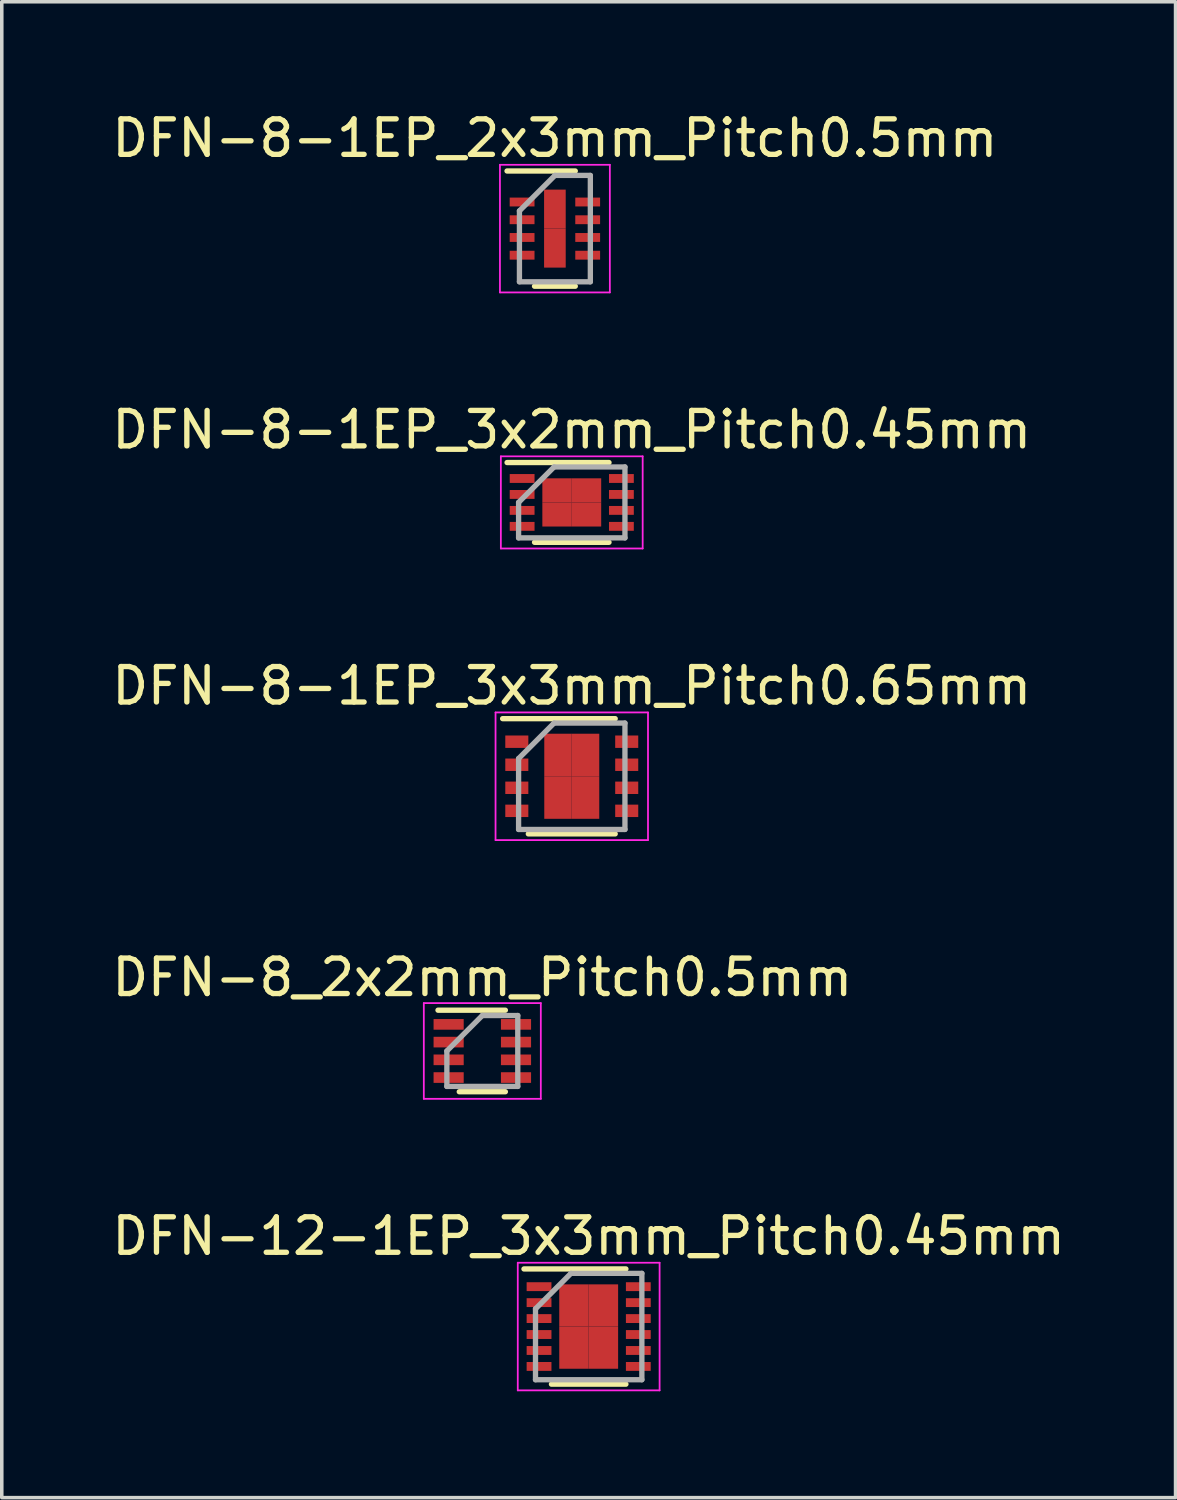
<source format=kicad_pcb>
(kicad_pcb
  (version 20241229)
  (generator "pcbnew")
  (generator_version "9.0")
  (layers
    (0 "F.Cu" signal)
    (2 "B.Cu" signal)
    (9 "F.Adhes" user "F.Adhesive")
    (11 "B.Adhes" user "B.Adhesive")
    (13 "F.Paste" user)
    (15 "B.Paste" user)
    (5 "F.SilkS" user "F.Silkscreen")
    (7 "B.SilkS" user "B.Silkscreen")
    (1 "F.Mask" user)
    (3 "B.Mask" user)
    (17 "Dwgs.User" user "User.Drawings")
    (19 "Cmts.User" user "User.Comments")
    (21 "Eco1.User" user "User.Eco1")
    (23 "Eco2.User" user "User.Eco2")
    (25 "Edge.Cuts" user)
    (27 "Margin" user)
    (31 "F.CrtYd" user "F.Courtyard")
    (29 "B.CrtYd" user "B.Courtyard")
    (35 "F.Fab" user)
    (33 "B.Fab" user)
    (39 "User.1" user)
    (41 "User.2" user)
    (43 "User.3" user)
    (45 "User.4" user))
  (footprint "DFN-8_2x2mm_Pitch0.5mm"
    (layer "F.Cu")
    (at 10.554 26.593)
    (property "Reference" "DFN-8_2x2mm_Pitch0.5mm" (at 0 -2.075 0) (layer "F.SilkS") (effects (font (size 1 1) (thickness 0.15))))
    (attr smd)
    (fp_line (start -1.25 -1.15) (end 0.65 -1.15) (stroke (width 0.15) (type solid)) (layer "F.SilkS"))
    (fp_line (start -0.65 1.15) (end 0.65 1.15) (stroke (width 0.15) (type solid)) (layer "F.SilkS"))
    (fp_line (start -1.65 -1.35) (end -1.65 1.35) (stroke (width 0.05) (type solid)) (layer "F.CrtYd"))
    (fp_line (start -1.65 -1.35) (end 1.65 -1.35) (stroke (width 0.05) (type solid)) (layer "F.CrtYd"))
    (fp_line (start -1.65 1.35) (end 1.65 1.35) (stroke (width 0.05) (type solid)) (layer "F.CrtYd"))
    (fp_line (start 1.65 -1.35) (end 1.65 1.35) (stroke (width 0.05) (type solid)) (layer "F.CrtYd"))
    (fp_line (start -1 0) (end 0 -1) (stroke (width 0.15) (type solid)) (layer "F.Fab"))
    (fp_line (start -1 1) (end -1 0) (stroke (width 0.15) (type solid)) (layer "F.Fab"))
    (fp_line (start 0 -1) (end 1 -1) (stroke (width 0.15) (type solid)) (layer "F.Fab"))
    (fp_line (start 1 -1) (end 1 1) (stroke (width 0.15) (type solid)) (layer "F.Fab"))
    (fp_line (start 1 1) (end -1 1) (stroke (width 0.15) (type solid)) (layer "F.Fab"))
    (pad "1" smd rect (at -0.95 -0.75) (size 0.85 0.3) (layers "F.Cu" "F.Mask" "F.Paste"))
    (pad "2" smd rect (at -0.95 -0.25) (size 0.85 0.3) (layers "F.Cu" "F.Mask" "F.Paste"))
    (pad "3" smd rect (at -0.95 0.25) (size 0.85 0.3) (layers "F.Cu" "F.Mask" "F.Paste"))
    (pad "4" smd rect (at -0.95 0.75) (size 0.85 0.3) (layers "F.Cu" "F.Mask" "F.Paste"))
    (pad "5" smd rect (at 0.95 0.75) (size 0.85 0.3) (layers "F.Cu" "F.Mask" "F.Paste"))
    (pad "6" smd rect (at 0.95 0.25) (size 0.85 0.3) (layers "F.Cu" "F.Mask" "F.Paste"))
    (pad "7" smd rect (at 0.95 -0.25) (size 0.85 0.3) (layers "F.Cu" "F.Mask" "F.Paste"))
    (pad "8" smd rect (at 0.95 -0.75) (size 0.85 0.3) (layers "F.Cu" "F.Mask" "F.Paste")))
  (footprint "DFN-8-1EP_3x2mm_Pitch0.45mm"
    (layer "F.Cu")
    (at 13.077 11.121)
    (property "Reference" "DFN-8-1EP_3x2mm_Pitch0.45mm" (at 0 -2.05 0) (layer "F.SilkS") (effects (font (size 1 1) (thickness 0.15))))
    (attr smd)
    (fp_line (start -1.825 -1.125) (end 1.05 -1.125) (stroke (width 0.15) (type solid)) (layer "F.SilkS"))
    (fp_line (start -1.05 1.125) (end 1.05 1.125) (stroke (width 0.15) (type solid)) (layer "F.SilkS"))
    (fp_line (start -2 -1.3) (end -2 1.3) (stroke (width 0.05) (type solid)) (layer "F.CrtYd"))
    (fp_line (start -2 -1.3) (end 2 -1.3) (stroke (width 0.05) (type solid)) (layer "F.CrtYd"))
    (fp_line (start -2 1.3) (end 2 1.3) (stroke (width 0.05) (type solid)) (layer "F.CrtYd"))
    (fp_line (start 2 -1.3) (end 2 1.3) (stroke (width 0.05) (type solid)) (layer "F.CrtYd"))
    (fp_line (start -1.5 0) (end -0.5 -1) (stroke (width 0.15) (type solid)) (layer "F.Fab"))
    (fp_line (start -1.5 1) (end -1.5 0) (stroke (width 0.15) (type solid)) (layer "F.Fab"))
    (fp_line (start -0.5 -1) (end 1.5 -1) (stroke (width 0.15) (type solid)) (layer "F.Fab"))
    (fp_line (start 1.5 -1) (end 1.5 1) (stroke (width 0.15) (type solid)) (layer "F.Fab"))
    (fp_line (start 1.5 1) (end -1.5 1) (stroke (width 0.15) (type solid)) (layer "F.Fab"))
    (pad "1" smd rect (at -1.4 -0.675) (size 0.7 0.25) (layers "F.Cu" "F.Mask" "F.Paste"))
    (pad "2" smd rect (at -1.4 -0.225) (size 0.7 0.25) (layers "F.Cu" "F.Mask" "F.Paste"))
    (pad "3" smd rect (at -1.4 0.225) (size 0.7 0.25) (layers "F.Cu" "F.Mask" "F.Paste"))
    (pad "4" smd rect (at -1.4 0.675) (size 0.7 0.25) (layers "F.Cu" "F.Mask" "F.Paste"))
    (pad "5" smd rect (at 1.4 0.675) (size 0.7 0.25) (layers "F.Cu" "F.Mask" "F.Paste"))
    (pad "6" smd rect (at 1.4 0.225) (size 0.7 0.25) (layers "F.Cu" "F.Mask" "F.Paste"))
    (pad "7" smd rect (at 1.4 -0.225) (size 0.7 0.25) (layers "F.Cu" "F.Mask" "F.Paste"))
    (pad "8" smd rect (at 1.4 -0.675) (size 0.7 0.25) (layers "F.Cu" "F.Mask" "F.Paste"))
    (pad "9" smd rect (at -0.415 -0.34) (size 0.83 0.68) (layers "F.Cu" "F.Mask" "F.Paste"))
    (pad "9" smd rect (at -0.415 0.34) (size 0.83 0.68) (layers "F.Cu" "F.Mask" "F.Paste"))
    (pad "9" smd rect (at 0.415 -0.34) (size 0.83 0.68) (layers "F.Cu" "F.Mask" "F.Paste"))
    (pad "9" smd rect (at 0.415 0.34) (size 0.83 0.68) (layers "F.Cu" "F.Mask" "F.Paste")))
  (footprint "DFN-12-1EP_3x3mm_Pitch0.45mm"
    (layer "F.Cu")
    (at 13.554 34.366)
    (property "Reference" "DFN-12-1EP_3x3mm_Pitch0.45mm" (at 0 -2.55 0) (layer "F.SilkS") (effects (font (size 1 1) (thickness 0.15))))
    (attr smd)
    (fp_line (start -1.825 -1.625) (end 1.05 -1.625) (stroke (width 0.15) (type solid)) (layer "F.SilkS"))
    (fp_line (start -1.05 1.625) (end 1.05 1.625) (stroke (width 0.15) (type solid)) (layer "F.SilkS"))
    (fp_line (start -2 -1.8) (end -2 1.8) (stroke (width 0.05) (type solid)) (layer "F.CrtYd"))
    (fp_line (start -2 -1.8) (end 2 -1.8) (stroke (width 0.05) (type solid)) (layer "F.CrtYd"))
    (fp_line (start -2 1.8) (end 2 1.8) (stroke (width 0.05) (type solid)) (layer "F.CrtYd"))
    (fp_line (start 2 -1.8) (end 2 1.8) (stroke (width 0.05) (type solid)) (layer "F.CrtYd"))
    (fp_line (start -1.5 -0.5) (end -0.5 -1.5) (stroke (width 0.15) (type solid)) (layer "F.Fab"))
    (fp_line (start -1.5 1.5) (end -1.5 -0.5) (stroke (width 0.15) (type solid)) (layer "F.Fab"))
    (fp_line (start -0.5 -1.5) (end 1.5 -1.5) (stroke (width 0.15) (type solid)) (layer "F.Fab"))
    (fp_line (start 1.5 -1.5) (end 1.5 1.5) (stroke (width 0.15) (type solid)) (layer "F.Fab"))
    (fp_line (start 1.5 1.5) (end -1.5 1.5) (stroke (width 0.15) (type solid)) (layer "F.Fab"))
    (pad "1" smd rect (at -1.4 -1.125) (size 0.7 0.25) (layers "F.Cu" "F.Mask" "F.Paste"))
    (pad "2" smd rect (at -1.4 -0.675) (size 0.7 0.25) (layers "F.Cu" "F.Mask" "F.Paste"))
    (pad "3" smd rect (at -1.4 -0.225) (size 0.7 0.25) (layers "F.Cu" "F.Mask" "F.Paste"))
    (pad "4" smd rect (at -1.4 0.225) (size 0.7 0.25) (layers "F.Cu" "F.Mask" "F.Paste"))
    (pad "5" smd rect (at -1.4 0.675) (size 0.7 0.25) (layers "F.Cu" "F.Mask" "F.Paste"))
    (pad "6" smd rect (at -1.4 1.125) (size 0.7 0.25) (layers "F.Cu" "F.Mask" "F.Paste"))
    (pad "7" smd rect (at 1.4 1.125) (size 0.7 0.25) (layers "F.Cu" "F.Mask" "F.Paste"))
    (pad "8" smd rect (at 1.4 0.675) (size 0.7 0.25) (layers "F.Cu" "F.Mask" "F.Paste"))
    (pad "9" smd rect (at 1.4 0.225) (size 0.7 0.25) (layers "F.Cu" "F.Mask" "F.Paste"))
    (pad "10" smd rect (at 1.4 -0.225) (size 0.7 0.25) (layers "F.Cu" "F.Mask" "F.Paste"))
    (pad "11" smd rect (at 1.4 -0.675) (size 0.7 0.25) (layers "F.Cu" "F.Mask" "F.Paste"))
    (pad "12" smd rect (at 1.4 -1.125) (size 0.7 0.25) (layers "F.Cu" "F.Mask" "F.Paste"))
    (pad "13" smd rect (at -0.415 -0.595) (size 0.83 1.19) (layers "F.Cu" "F.Mask" "F.Paste"))
    (pad "13" smd rect (at -0.415 0.595) (size 0.83 1.19) (layers "F.Cu" "F.Mask" "F.Paste"))
    (pad "13" smd rect (at 0.415 -0.595) (size 0.83 1.19) (layers "F.Cu" "F.Mask" "F.Paste"))
    (pad "13" smd rect (at 0.415 0.595) (size 0.83 1.19) (layers "F.Cu" "F.Mask" "F.Paste")))
  (footprint "DFN-8-1EP_3x3mm_Pitch0.65mm"
    (layer "F.Cu")
    (at 13.077 18.845)
    (property "Reference" "DFN-8-1EP_3x3mm_Pitch0.65mm" (at 0 -2.55 0) (layer "F.SilkS") (effects (font (size 1 1) (thickness 0.15))))
    (attr smd)
    (fp_line (start -1.95 -1.625) (end 1.225 -1.625) (stroke (width 0.15) (type solid)) (layer "F.SilkS"))
    (fp_line (start -1.225 1.625) (end 1.225 1.625) (stroke (width 0.15) (type solid)) (layer "F.SilkS"))
    (fp_line (start -2.15 -1.8) (end -2.15 1.8) (stroke (width 0.05) (type solid)) (layer "F.CrtYd"))
    (fp_line (start -2.15 -1.8) (end 2.15 -1.8) (stroke (width 0.05) (type solid)) (layer "F.CrtYd"))
    (fp_line (start -2.15 1.8) (end 2.15 1.8) (stroke (width 0.05) (type solid)) (layer "F.CrtYd"))
    (fp_line (start 2.15 -1.8) (end 2.15 1.8) (stroke (width 0.05) (type solid)) (layer "F.CrtYd"))
    (fp_line (start -1.5 -0.5) (end -0.5 -1.5) (stroke (width 0.15) (type solid)) (layer "F.Fab"))
    (fp_line (start -1.5 1.5) (end -1.5 -0.5) (stroke (width 0.15) (type solid)) (layer "F.Fab"))
    (fp_line (start -0.5 -1.5) (end 1.5 -1.5) (stroke (width 0.15) (type solid)) (layer "F.Fab"))
    (fp_line (start 1.5 -1.5) (end 1.5 1.5) (stroke (width 0.15) (type solid)) (layer "F.Fab"))
    (fp_line (start 1.5 1.5) (end -1.5 1.5) (stroke (width 0.15) (type solid)) (layer "F.Fab"))
    (pad "1" smd rect (at -1.55 -0.975) (size 0.65 0.35) (layers "F.Cu" "F.Mask" "F.Paste"))
    (pad "2" smd rect (at -1.55 -0.325) (size 0.65 0.35) (layers "F.Cu" "F.Mask" "F.Paste"))
    (pad "3" smd rect (at -1.55 0.325) (size 0.65 0.35) (layers "F.Cu" "F.Mask" "F.Paste"))
    (pad "4" smd rect (at -1.55 0.975) (size 0.65 0.35) (layers "F.Cu" "F.Mask" "F.Paste"))
    (pad "5" smd rect (at 1.55 0.975) (size 0.65 0.35) (layers "F.Cu" "F.Mask" "F.Paste"))
    (pad "6" smd rect (at 1.55 0.325) (size 0.65 0.35) (layers "F.Cu" "F.Mask" "F.Paste"))
    (pad "7" smd rect (at 1.55 -0.325) (size 0.65 0.35) (layers "F.Cu" "F.Mask" "F.Paste"))
    (pad "8" smd rect (at 1.55 -0.975) (size 0.65 0.35) (layers "F.Cu" "F.Mask" "F.Paste"))
    (pad "9" smd rect (at -0.388 -0.6) (size 0.775 1.2) (layers "F.Cu" "F.Mask" "F.Paste"))
    (pad "9" smd rect (at -0.388 0.6) (size 0.775 1.2) (layers "F.Cu" "F.Mask" "F.Paste"))
    (pad "9" smd rect (at 0.388 -0.6) (size 0.775 1.2) (layers "F.Cu" "F.Mask" "F.Paste"))
    (pad "9" smd rect (at 0.388 0.6) (size 0.775 1.2) (layers "F.Cu" "F.Mask" "F.Paste")))
  (footprint "DFN-8-1EP_2x3mm_Pitch0.5mm"
    (layer "F.Cu")
    (at 12.601 3.398)
    (property "Reference" "DFN-8-1EP_2x3mm_Pitch0.5mm" (at 0 -2.55 0) (layer "F.SilkS") (effects (font (size 1 1) (thickness 0.15))))
    (attr smd)
    (fp_line (start -1.35 -1.625) (end 0.575 -1.625) (stroke (width 0.15) (type solid)) (layer "F.SilkS"))
    (fp_line (start -0.575 1.625) (end 0.575 1.625) (stroke (width 0.15) (type solid)) (layer "F.SilkS"))
    (fp_line (start -1.55 -1.8) (end -1.55 1.8) (stroke (width 0.05) (type solid)) (layer "F.CrtYd"))
    (fp_line (start -1.55 -1.8) (end 1.55 -1.8) (stroke (width 0.05) (type solid)) (layer "F.CrtYd"))
    (fp_line (start -1.55 1.8) (end 1.55 1.8) (stroke (width 0.05) (type solid)) (layer "F.CrtYd"))
    (fp_line (start 1.55 -1.8) (end 1.55 1.8) (stroke (width 0.05) (type solid)) (layer "F.CrtYd"))
    (fp_line (start -1 -0.5) (end 0 -1.5) (stroke (width 0.15) (type solid)) (layer "F.Fab"))
    (fp_line (start -1 1.5) (end -1 -0.5) (stroke (width 0.15) (type solid)) (layer "F.Fab"))
    (fp_line (start 0 -1.5) (end 1 -1.5) (stroke (width 0.15) (type solid)) (layer "F.Fab"))
    (fp_line (start 1 -1.5) (end 1 1.5) (stroke (width 0.15) (type solid)) (layer "F.Fab"))
    (fp_line (start 1 1.5) (end -1 1.5) (stroke (width 0.15) (type solid)) (layer "F.Fab"))
    (pad "1" smd rect (at -0.925 -0.75) (size 0.7 0.25) (layers "F.Cu" "F.Mask" "F.Paste"))
    (pad "2" smd rect (at -0.925 -0.25) (size 0.7 0.25) (layers "F.Cu" "F.Mask" "F.Paste"))
    (pad "3" smd rect (at -0.925 0.25) (size 0.7 0.25) (layers "F.Cu" "F.Mask" "F.Paste"))
    (pad "4" smd rect (at -0.925 0.75) (size 0.7 0.25) (layers "F.Cu" "F.Mask" "F.Paste"))
    (pad "5" smd rect (at 0.925 0.75) (size 0.7 0.25) (layers "F.Cu" "F.Mask" "F.Paste"))
    (pad "6" smd rect (at 0.925 0.25) (size 0.7 0.25) (layers "F.Cu" "F.Mask" "F.Paste"))
    (pad "7" smd rect (at 0.925 -0.25) (size 0.7 0.25) (layers "F.Cu" "F.Mask" "F.Paste"))
    (pad "8" smd rect (at 0.925 -0.75) (size 0.7 0.25) (layers "F.Cu" "F.Mask" "F.Paste"))
    (pad "9" smd rect (at 0 -0.55) (size 0.61 1.1) (layers "F.Cu" "F.Mask" "F.Paste"))
    (pad "9" smd rect (at 0 0.55) (size 0.61 1.1) (layers "F.Cu" "F.Mask" "F.Paste")))
  (gr_rect
    (start -3 -3)
    (end 30.107 39.191)
    (stroke (width 0.1) (type default))
    (fill no)
    (layer "Edge.Cuts")))
</source>
